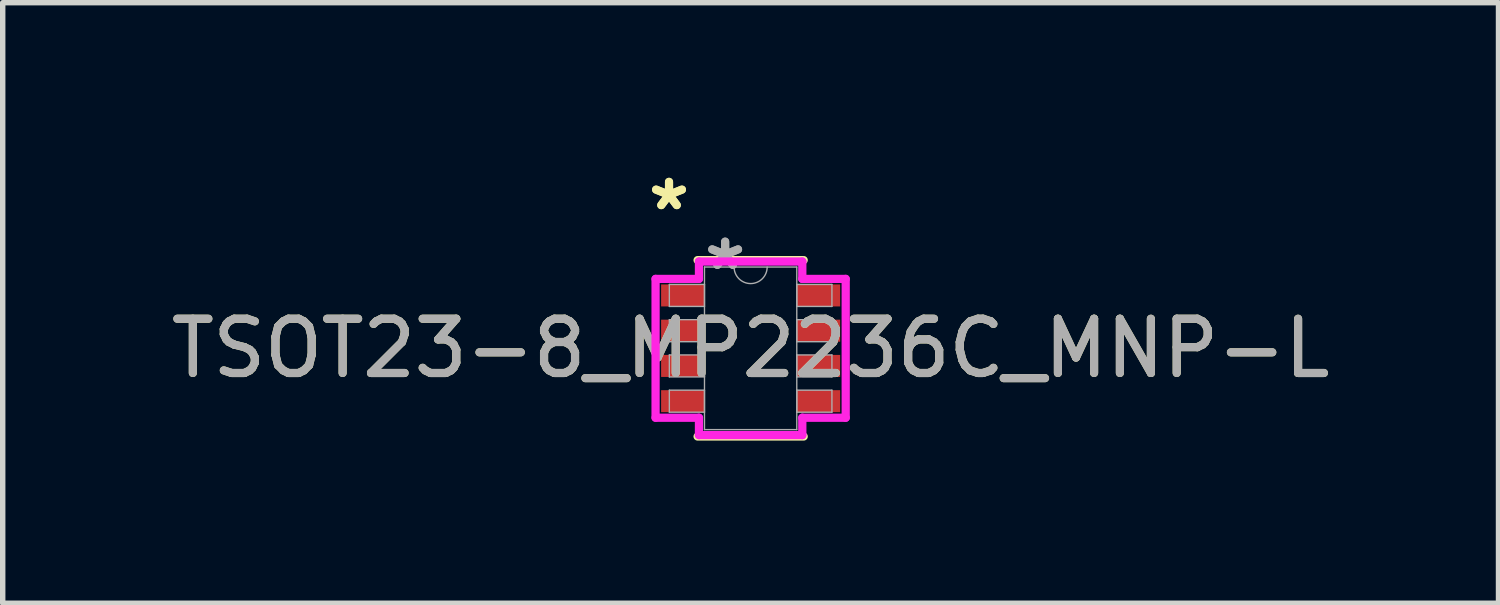
<source format=kicad_pcb>
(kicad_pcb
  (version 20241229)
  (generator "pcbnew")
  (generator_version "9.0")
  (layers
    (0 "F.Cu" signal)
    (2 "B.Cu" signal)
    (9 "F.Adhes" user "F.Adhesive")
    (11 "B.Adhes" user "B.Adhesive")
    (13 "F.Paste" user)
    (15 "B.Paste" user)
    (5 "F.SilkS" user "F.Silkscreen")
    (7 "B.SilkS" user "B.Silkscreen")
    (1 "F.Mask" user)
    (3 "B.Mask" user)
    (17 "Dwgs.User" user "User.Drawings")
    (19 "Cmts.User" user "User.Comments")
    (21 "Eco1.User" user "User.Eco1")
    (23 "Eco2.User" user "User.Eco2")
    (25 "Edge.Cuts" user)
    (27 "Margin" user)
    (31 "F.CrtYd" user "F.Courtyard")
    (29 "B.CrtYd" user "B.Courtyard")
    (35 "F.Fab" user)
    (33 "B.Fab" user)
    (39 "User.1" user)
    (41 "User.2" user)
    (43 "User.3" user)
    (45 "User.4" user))
  (footprint "TSOT23-8_MP2236C_MNP-L"
    (layer "F.Cu")
    (at 10.792 3.373)
    (property "Reference" "TSOT23-8_MP2236C_MNP-L" (at 0 0 0) (unlocked yes) (layer "F.SilkS") (effects (font (size 1 1) (thickness 0.15))))
    (attr smd)
    (fp_line (start -0.978 1.626) (end 0.978 1.626) (stroke (width 0.152) (type solid)) (layer "F.SilkS"))
    (fp_line (start 0.978 -1.626) (end -0.978 -1.626) (stroke (width 0.152) (type solid)) (layer "F.SilkS"))
    (fp_line (start -1.753 -1.28) (end -0.953 -1.28) (stroke (width 0.152) (type solid)) (layer "F.CrtYd"))
    (fp_line (start -1.753 1.28) (end -1.753 -1.28) (stroke (width 0.152) (type solid)) (layer "F.CrtYd"))
    (fp_line (start -1.753 1.28) (end -0.953 1.28) (stroke (width 0.152) (type solid)) (layer "F.CrtYd"))
    (fp_line (start -0.953 -1.6) (end 0.953 -1.6) (stroke (width 0.152) (type solid)) (layer "F.CrtYd"))
    (fp_line (start -0.953 -1.28) (end -0.953 -1.6) (stroke (width 0.152) (type solid)) (layer "F.CrtYd"))
    (fp_line (start -0.953 1.6) (end -0.953 1.28) (stroke (width 0.152) (type solid)) (layer "F.CrtYd"))
    (fp_line (start 0.953 -1.6) (end 0.953 -1.28) (stroke (width 0.152) (type solid)) (layer "F.CrtYd"))
    (fp_line (start 0.953 1.28) (end 0.953 1.6) (stroke (width 0.152) (type solid)) (layer "F.CrtYd"))
    (fp_line (start 0.953 1.6) (end -0.953 1.6) (stroke (width 0.152) (type solid)) (layer "F.CrtYd"))
    (fp_line (start 1.753 -1.28) (end 0.953 -1.28) (stroke (width 0.152) (type solid)) (layer "F.CrtYd"))
    (fp_line (start 1.753 -1.28) (end 1.753 1.28) (stroke (width 0.152) (type solid)) (layer "F.CrtYd"))
    (fp_line (start 1.753 1.28) (end 0.953 1.28) (stroke (width 0.152) (type solid)) (layer "F.CrtYd"))
    (fp_line (start -1.499 -1.178) (end -1.499 -0.772) (stroke (width 0.025) (type solid)) (layer "F.Fab"))
    (fp_line (start -1.499 -0.772) (end -0.851 -0.772) (stroke (width 0.025) (type solid)) (layer "F.Fab"))
    (fp_line (start -1.499 -0.528) (end -1.499 -0.122) (stroke (width 0.025) (type solid)) (layer "F.Fab"))
    (fp_line (start -1.499 -0.122) (end -0.851 -0.122) (stroke (width 0.025) (type solid)) (layer "F.Fab"))
    (fp_line (start -1.499 0.122) (end -1.499 0.528) (stroke (width 0.025) (type solid)) (layer "F.Fab"))
    (fp_line (start -1.499 0.528) (end -0.851 0.528) (stroke (width 0.025) (type solid)) (layer "F.Fab"))
    (fp_line (start -1.499 0.772) (end -1.499 1.178) (stroke (width 0.025) (type solid)) (layer "F.Fab"))
    (fp_line (start -1.499 1.178) (end -0.851 1.178) (stroke (width 0.025) (type solid)) (layer "F.Fab"))
    (fp_line (start -0.851 -1.499) (end -0.851 1.499) (stroke (width 0.025) (type solid)) (layer "F.Fab"))
    (fp_line (start -0.851 -1.178) (end -1.499 -1.178) (stroke (width 0.025) (type solid)) (layer "F.Fab"))
    (fp_line (start -0.851 -0.772) (end -0.851 -1.178) (stroke (width 0.025) (type solid)) (layer "F.Fab"))
    (fp_line (start -0.851 -0.528) (end -1.499 -0.528) (stroke (width 0.025) (type solid)) (layer "F.Fab"))
    (fp_line (start -0.851 -0.122) (end -0.851 -0.528) (stroke (width 0.025) (type solid)) (layer "F.Fab"))
    (fp_line (start -0.851 0.122) (end -1.499 0.122) (stroke (width 0.025) (type solid)) (layer "F.Fab"))
    (fp_line (start -0.851 0.528) (end -0.851 0.122) (stroke (width 0.025) (type solid)) (layer "F.Fab"))
    (fp_line (start -0.851 0.772) (end -1.499 0.772) (stroke (width 0.025) (type solid)) (layer "F.Fab"))
    (fp_line (start -0.851 1.178) (end -0.851 0.772) (stroke (width 0.025) (type solid)) (layer "F.Fab"))
    (fp_line (start -0.851 1.499) (end 0.851 1.499) (stroke (width 0.025) (type solid)) (layer "F.Fab"))
    (fp_line (start 0.851 -1.499) (end -0.851 -1.499) (stroke (width 0.025) (type solid)) (layer "F.Fab"))
    (fp_line (start 0.851 -1.178) (end 0.851 -0.772) (stroke (width 0.025) (type solid)) (layer "F.Fab"))
    (fp_line (start 0.851 -0.772) (end 1.499 -0.772) (stroke (width 0.025) (type solid)) (layer "F.Fab"))
    (fp_line (start 0.851 -0.528) (end 0.851 -0.122) (stroke (width 0.025) (type solid)) (layer "F.Fab"))
    (fp_line (start 0.851 -0.122) (end 1.499 -0.122) (stroke (width 0.025) (type solid)) (layer "F.Fab"))
    (fp_line (start 0.851 0.122) (end 0.851 0.528) (stroke (width 0.025) (type solid)) (layer "F.Fab"))
    (fp_line (start 0.851 0.528) (end 1.499 0.528) (stroke (width 0.025) (type solid)) (layer "F.Fab"))
    (fp_line (start 0.851 0.772) (end 0.851 1.178) (stroke (width 0.025) (type solid)) (layer "F.Fab"))
    (fp_line (start 0.851 1.178) (end 1.499 1.178) (stroke (width 0.025) (type solid)) (layer "F.Fab"))
    (fp_line (start 0.851 1.499) (end 0.851 -1.499) (stroke (width 0.025) (type solid)) (layer "F.Fab"))
    (fp_line (start 1.499 -1.178) (end 0.851 -1.178) (stroke (width 0.025) (type solid)) (layer "F.Fab"))
    (fp_line (start 1.499 -0.772) (end 1.499 -1.178) (stroke (width 0.025) (type solid)) (layer "F.Fab"))
    (fp_line (start 1.499 -0.528) (end 0.851 -0.528) (stroke (width 0.025) (type solid)) (layer "F.Fab"))
    (fp_line (start 1.499 -0.122) (end 1.499 -0.528) (stroke (width 0.025) (type solid)) (layer "F.Fab"))
    (fp_line (start 1.499 0.122) (end 0.851 0.122) (stroke (width 0.025) (type solid)) (layer "F.Fab"))
    (fp_line (start 1.499 0.528) (end 1.499 0.122) (stroke (width 0.025) (type solid)) (layer "F.Fab"))
    (fp_line (start 1.499 0.772) (end 0.851 0.772) (stroke (width 0.025) (type solid)) (layer "F.Fab"))
    (fp_line (start 1.499 1.178) (end 1.499 0.772) (stroke (width 0.025) (type solid)) (layer "F.Fab"))
    (fp_arc (start 0.3048 -1.4986) (mid 0 -1.1938) (end -0.3048 -1.4986) (stroke (width 0.0254) (type solid)) (layer "F.Fab"))
    (fp_text user "*" (at -1.505 -2.524 0) (unlocked yes) (layer "F.SilkS") (effects (font (size 1 1) (thickness 0.15))))
    (fp_text user "*" (at -1.505 -2.524 0) (layer "F.SilkS") (effects (font (size 1 1) (thickness 0.15))))
    (fp_text user "${REFERENCE}" (at 0 0 0) (unlocked yes) (layer "F.Fab") (effects (font (size 1 1) (thickness 0.15))))
    (fp_text user "*" (at -0.47 -1.422 0) (unlocked yes) (layer "F.Fab") (effects (font (size 1 1) (thickness 0.15))))
    (fp_text user "*" (at -0.47 -1.422 0) (layer "F.Fab") (effects (font (size 1 1) (thickness 0.15))))
    (pad "1" smd rect (at -1.251 -0.975) (size 0.8 0.406) (layers "F.Cu" "F.Mask" "F.Paste"))
    (pad "2" smd rect (at -1.251 -0.325) (size 0.8 0.406) (layers "F.Cu" "F.Mask" "F.Paste"))
    (pad "3" smd rect (at -1.251 0.325) (size 0.8 0.406) (layers "F.Cu" "F.Mask" "F.Paste"))
    (pad "4" smd rect (at -1.251 0.975) (size 0.8 0.406) (layers "F.Cu" "F.Mask" "F.Paste"))
    (pad "5" smd rect (at 1.251 0.975) (size 0.8 0.406) (layers "F.Cu" "F.Mask" "F.Paste"))
    (pad "6" smd rect (at 1.251 0.325) (size 0.8 0.406) (layers "F.Cu" "F.Mask" "F.Paste"))
    (pad "7" smd rect (at 1.251 -0.325) (size 0.8 0.406) (layers "F.Cu" "F.Mask" "F.Paste"))
    (pad "8" smd rect (at 1.251 -0.975) (size 0.8 0.406) (layers "F.Cu" "F.Mask" "F.Paste")))
  (gr_rect
    (start -3 -3)
    (end 24.583 8.074)
    (stroke (width 0.1) (type default))
    (fill no)
    (layer "Edge.Cuts")))
</source>
